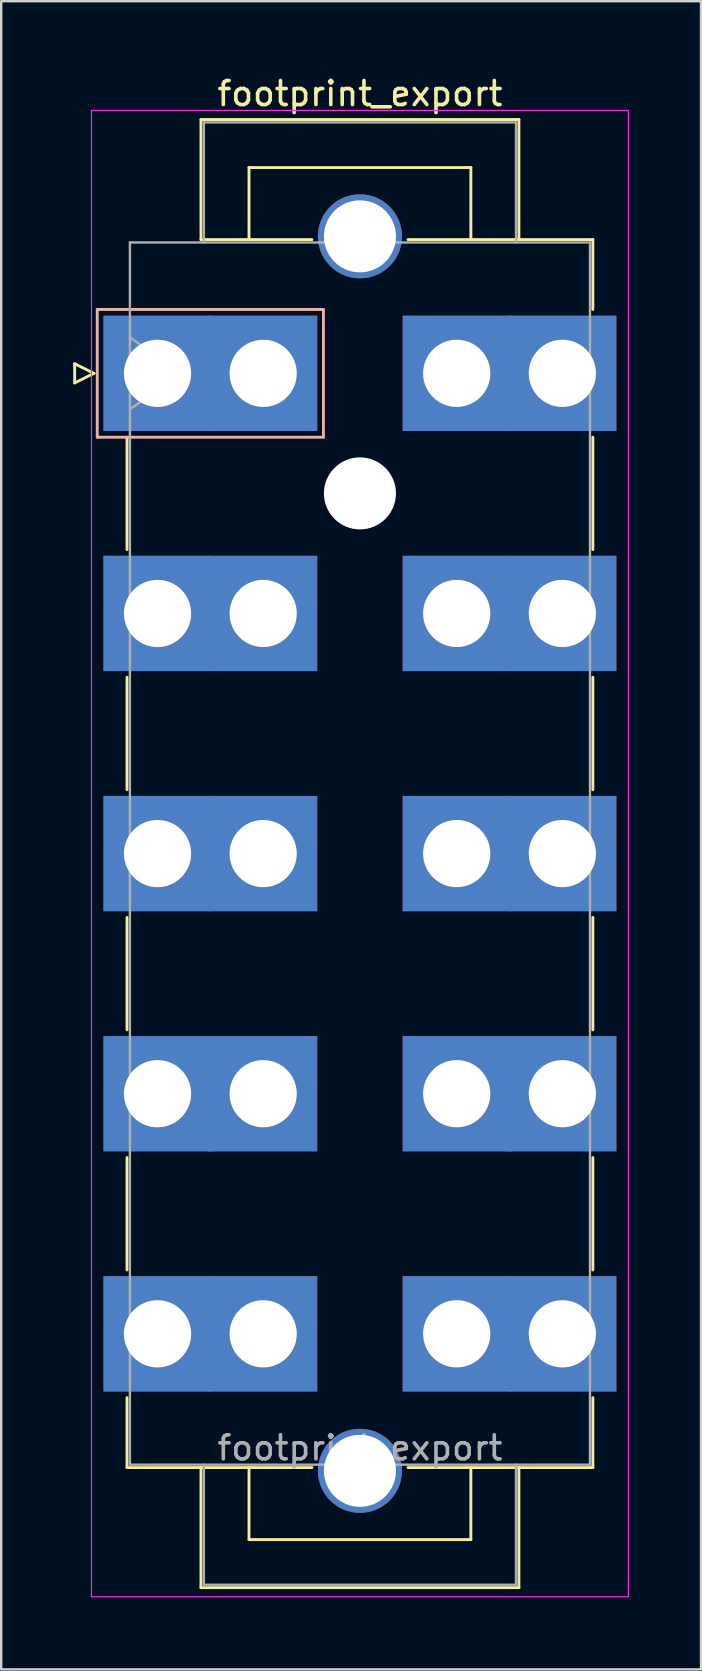
<source format=kicad_pcb>
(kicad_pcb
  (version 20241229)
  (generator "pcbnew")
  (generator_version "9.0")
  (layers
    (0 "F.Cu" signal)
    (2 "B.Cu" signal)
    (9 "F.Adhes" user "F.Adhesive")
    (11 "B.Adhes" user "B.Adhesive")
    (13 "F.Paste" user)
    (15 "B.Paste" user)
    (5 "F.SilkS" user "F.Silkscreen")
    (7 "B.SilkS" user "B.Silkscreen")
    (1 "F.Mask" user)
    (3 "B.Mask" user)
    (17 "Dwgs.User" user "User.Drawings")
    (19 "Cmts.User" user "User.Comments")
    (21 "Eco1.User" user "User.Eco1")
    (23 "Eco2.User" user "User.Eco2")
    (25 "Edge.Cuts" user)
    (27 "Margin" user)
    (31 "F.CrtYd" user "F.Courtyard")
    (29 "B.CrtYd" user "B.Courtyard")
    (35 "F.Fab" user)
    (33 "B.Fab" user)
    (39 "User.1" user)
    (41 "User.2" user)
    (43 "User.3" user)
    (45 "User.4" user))
  (footprint "footprint_export"
    (layer "F.Cu")
    (at 3.51 12.498)
    (property "Reference" "footprint_export" (at 8.43 -11.65 0) (layer "F.SilkS") (effects (font (size 1 1) (thickness 0.15))))
    (attr through_hole)
    (fp_line (start -3.45 -0.4) (end -3.45 0.4) (stroke (width 0.12) (type solid)) (layer "F.SilkS"))
    (fp_line (start -3.45 0.4) (end -2.65 0) (stroke (width 0.12) (type solid)) (layer "F.SilkS"))
    (fp_line (start -2.65 0) (end -3.45 -0.4) (stroke (width 0.12) (type solid)) (layer "F.SilkS"))
    (fp_line (start -1.27 2.66) (end -1.27 7.34) (stroke (width 0.12) (type solid)) (layer "F.SilkS"))
    (fp_line (start -1.27 12.66) (end -1.27 17.34) (stroke (width 0.12) (type solid)) (layer "F.SilkS"))
    (fp_line (start -1.27 22.66) (end -1.27 27.34) (stroke (width 0.12) (type solid)) (layer "F.SilkS"))
    (fp_line (start -1.27 32.66) (end -1.27 37.34) (stroke (width 0.12) (type solid)) (layer "F.SilkS"))
    (fp_line (start -1.27 42.66) (end -1.27 45.57) (stroke (width 0.12) (type solid)) (layer "F.SilkS"))
    (fp_line (start -1.27 45.57) (end 6.43 45.57) (stroke (width 0.12) (type solid)) (layer "F.SilkS"))
    (fp_line (start 1.81 -10.57) (end 15.05 -10.57) (stroke (width 0.12) (type solid)) (layer "F.SilkS"))
    (fp_line (start 1.81 -5.57) (end 1.81 -10.57) (stroke (width 0.12) (type solid)) (layer "F.SilkS"))
    (fp_line (start 1.81 45.57) (end 1.81 50.57) (stroke (width 0.12) (type solid)) (layer "F.SilkS"))
    (fp_line (start 1.81 50.57) (end 15.05 50.57) (stroke (width 0.12) (type solid)) (layer "F.SilkS"))
    (fp_line (start 3.81 -8.57) (end 13.05 -8.57) (stroke (width 0.12) (type solid)) (layer "F.SilkS"))
    (fp_line (start 3.81 -5.57) (end 3.81 -8.57) (stroke (width 0.12) (type solid)) (layer "F.SilkS"))
    (fp_line (start 3.81 45.57) (end 3.81 48.57) (stroke (width 0.12) (type solid)) (layer "F.SilkS"))
    (fp_line (start 3.81 48.57) (end 13.05 48.57) (stroke (width 0.12) (type solid)) (layer "F.SilkS"))
    (fp_line (start 6.43 -5.57) (end 1.81 -5.57) (stroke (width 0.12) (type solid)) (layer "F.SilkS"))
    (fp_line (start 13.05 -8.57) (end 13.05 -5.57) (stroke (width 0.12) (type solid)) (layer "F.SilkS"))
    (fp_line (start 13.05 48.57) (end 13.05 45.57) (stroke (width 0.12) (type solid)) (layer "F.SilkS"))
    (fp_line (start 15.05 -10.57) (end 15.05 -5.57) (stroke (width 0.12) (type solid)) (layer "F.SilkS"))
    (fp_line (start 15.05 50.57) (end 15.05 45.57) (stroke (width 0.12) (type solid)) (layer "F.SilkS"))
    (fp_line (start 18.13 -5.57) (end 10.43 -5.57) (stroke (width 0.12) (type solid)) (layer "F.SilkS"))
    (fp_line (start 18.13 -2.66) (end 18.13 -5.57) (stroke (width 0.12) (type solid)) (layer "F.SilkS"))
    (fp_line (start 18.13 2.66) (end 18.13 7.34) (stroke (width 0.12) (type solid)) (layer "F.SilkS"))
    (fp_line (start 18.13 12.66) (end 18.13 17.34) (stroke (width 0.12) (type solid)) (layer "F.SilkS"))
    (fp_line (start 18.13 22.66) (end 18.13 27.34) (stroke (width 0.12) (type solid)) (layer "F.SilkS"))
    (fp_line (start 18.13 32.66) (end 18.13 37.34) (stroke (width 0.12) (type solid)) (layer "F.SilkS"))
    (fp_line (start 18.13 42.66) (end 18.13 45.57) (stroke (width 0.12) (type solid)) (layer "F.SilkS"))
    (fp_line (start 18.13 45.57) (end 10.43 45.57) (stroke (width 0.12) (type solid)) (layer "F.SilkS"))
    (fp_line (start -2.51 -2.66) (end -2.51 2.66) (stroke (width 0.12) (type solid)) (layer "B.SilkS"))
    (fp_line (start -2.51 2.66) (end 6.91 2.66) (stroke (width 0.12) (type solid)) (layer "B.SilkS"))
    (fp_line (start 6.91 -2.66) (end -2.51 -2.66) (stroke (width 0.12) (type solid)) (layer "B.SilkS"))
    (fp_line (start 6.91 2.66) (end 6.91 -2.66) (stroke (width 0.12) (type solid)) (layer "B.SilkS"))
    (fp_line (start -2.75 -10.95) (end -2.75 50.95) (stroke (width 0.05) (type solid)) (layer "F.CrtYd"))
    (fp_line (start -2.75 50.95) (end 19.61 50.95) (stroke (width 0.05) (type solid)) (layer "F.CrtYd"))
    (fp_line (start 19.61 -10.95) (end -2.75 -10.95) (stroke (width 0.05) (type solid)) (layer "F.CrtYd"))
    (fp_line (start 19.61 50.95) (end 19.61 -10.95) (stroke (width 0.05) (type solid)) (layer "F.CrtYd"))
    (fp_line (start -1.15 -5.45) (end -1.15 45.45) (stroke (width 0.1) (type solid)) (layer "F.Fab"))
    (fp_line (start -1.15 -1.5) (end 0.971 0) (stroke (width 0.1) (type solid)) (layer "F.Fab"))
    (fp_line (start -1.15 45.45) (end 18.01 45.45) (stroke (width 0.1) (type solid)) (layer "F.Fab"))
    (fp_line (start 0.971 0) (end -1.15 1.5) (stroke (width 0.1) (type solid)) (layer "F.Fab"))
    (fp_line (start 1.93 -10.45) (end 14.93 -10.45) (stroke (width 0.1) (type solid)) (layer "F.Fab"))
    (fp_line (start 1.93 -5.45) (end 1.93 -10.45) (stroke (width 0.1) (type solid)) (layer "F.Fab"))
    (fp_line (start 1.93 45.45) (end 1.93 50.45) (stroke (width 0.1) (type solid)) (layer "F.Fab"))
    (fp_line (start 1.93 50.45) (end 14.93 50.45) (stroke (width 0.1) (type solid)) (layer "F.Fab"))
    (fp_line (start 14.93 -10.45) (end 14.93 -5.45) (stroke (width 0.1) (type solid)) (layer "F.Fab"))
    (fp_line (start 14.93 50.45) (end 14.93 45.45) (stroke (width 0.1) (type solid)) (layer "F.Fab"))
    (fp_line (start 18.01 -5.45) (end -1.15 -5.45) (stroke (width 0.1) (type solid)) (layer "F.Fab"))
    (fp_line (start 18.01 45.45) (end 18.01 -5.45) (stroke (width 0.1) (type solid)) (layer "F.Fab"))
    (fp_text user "${REFERENCE}" (at 8.43 44.75 0) (layer "F.Fab") (effects (font (size 1 1) (thickness 0.15))))
    (pad "" thru_hole circle (at 8.43 -5.705) (size 3.5 3.5) (drill 3) (layers "*.Cu" "*.Mask"))
    (pad "" np_thru_hole circle (at 8.43 5) (size 3 3) (drill 3) (layers "*.Cu" "*.Mask"))
    (pad "" thru_hole circle (at 8.43 45.705) (size 3.5 3.5) (drill 3) (layers "*.Cu" "*.Mask"))
    (pad "1" thru_hole rect (at 0 0) (size 4.5 4.8) (drill 2.8) (layers "*.Cu" "*.Mask"))
    (pad "1" thru_hole rect (at 4.4 0) (size 4.5 4.8) (drill 2.8) (layers "*.Cu" "*.Mask"))
    (pad "2" thru_hole rect (at 0 10) (size 4.5 4.8) (drill 2.8) (layers "*.Cu" "*.Mask"))
    (pad "2" thru_hole rect (at 4.4 10) (size 4.5 4.8) (drill 2.8) (layers "*.Cu" "*.Mask"))
    (pad "3" thru_hole rect (at 0 20) (size 4.5 4.8) (drill 2.8) (layers "*.Cu" "*.Mask"))
    (pad "3" thru_hole rect (at 4.4 20) (size 4.5 4.8) (drill 2.8) (layers "*.Cu" "*.Mask"))
    (pad "4" thru_hole rect (at 0 30) (size 4.5 4.8) (drill 2.8) (layers "*.Cu" "*.Mask"))
    (pad "4" thru_hole rect (at 4.4 30) (size 4.5 4.8) (drill 2.8) (layers "*.Cu" "*.Mask"))
    (pad "5" thru_hole rect (at 0 40) (size 4.5 4.8) (drill 2.8) (layers "*.Cu" "*.Mask"))
    (pad "5" thru_hole rect (at 4.4 40) (size 4.5 4.8) (drill 2.8) (layers "*.Cu" "*.Mask"))
    (pad "6" thru_hole rect (at 12.46 0) (size 4.5 4.8) (drill 2.8) (layers "*.Cu" "*.Mask"))
    (pad "6" thru_hole rect (at 16.86 0) (size 4.5 4.8) (drill 2.8) (layers "*.Cu" "*.Mask"))
    (pad "7" thru_hole rect (at 12.46 10) (size 4.5 4.8) (drill 2.8) (layers "*.Cu" "*.Mask"))
    (pad "7" thru_hole rect (at 16.86 10) (size 4.5 4.8) (drill 2.8) (layers "*.Cu" "*.Mask"))
    (pad "8" thru_hole rect (at 12.46 20) (size 4.5 4.8) (drill 2.8) (layers "*.Cu" "*.Mask"))
    (pad "8" thru_hole rect (at 16.86 20) (size 4.5 4.8) (drill 2.8) (layers "*.Cu" "*.Mask"))
    (pad "9" thru_hole rect (at 12.46 30) (size 4.5 4.8) (drill 2.8) (layers "*.Cu" "*.Mask"))
    (pad "9" thru_hole rect (at 16.86 30) (size 4.5 4.8) (drill 2.8) (layers "*.Cu" "*.Mask"))
    (pad "10" thru_hole rect (at 12.46 40) (size 4.5 4.8) (drill 2.8) (layers "*.Cu" "*.Mask"))
    (pad "10" thru_hole rect (at 16.86 40) (size 4.5 4.8) (drill 2.8) (layers "*.Cu" "*.Mask")))
  (gr_rect
    (start -3 -3)
    (end 26.145 66.473)
    (stroke (width 0.1) (type default))
    (fill no)
    (layer "Edge.Cuts")))
</source>
